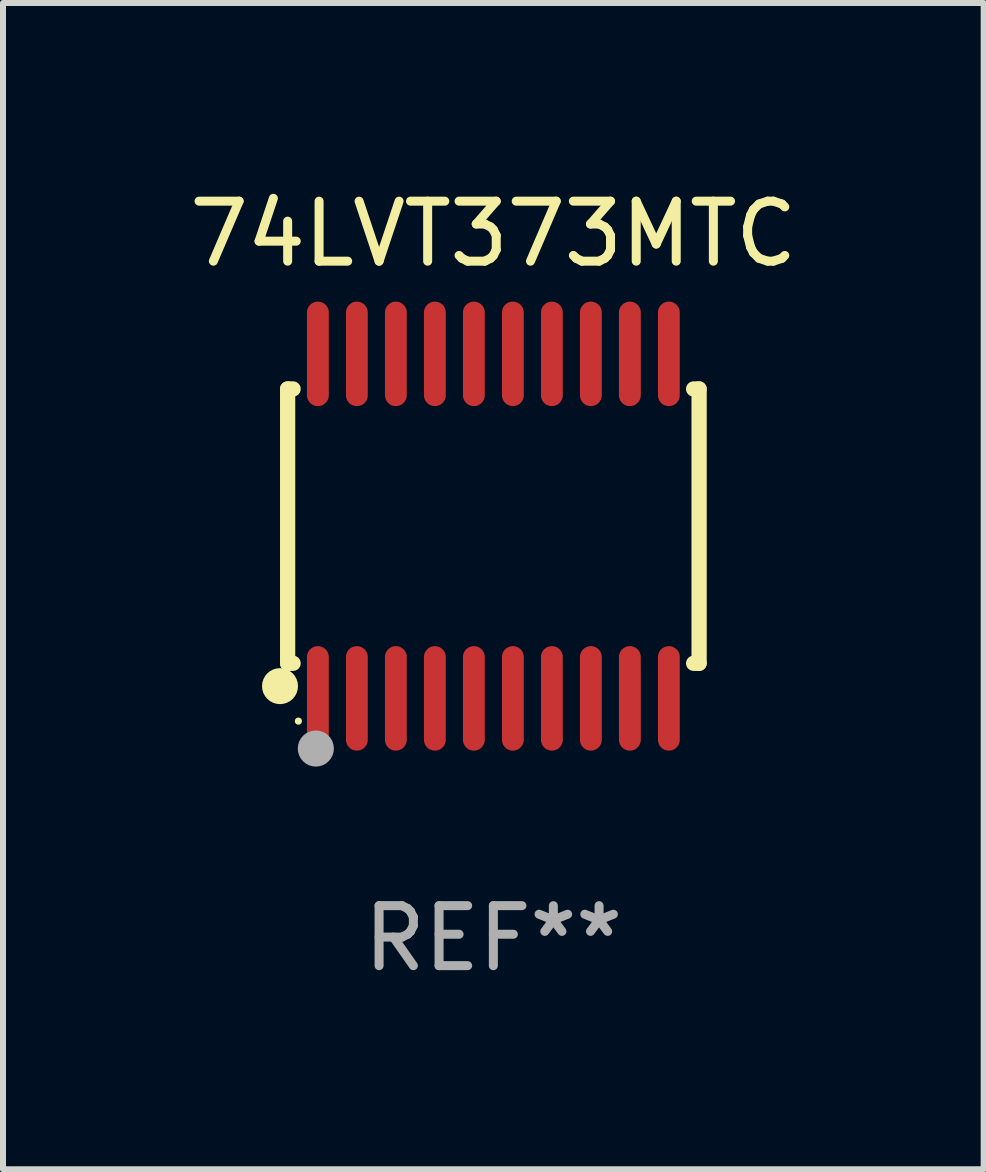
<source format=kicad_pcb>
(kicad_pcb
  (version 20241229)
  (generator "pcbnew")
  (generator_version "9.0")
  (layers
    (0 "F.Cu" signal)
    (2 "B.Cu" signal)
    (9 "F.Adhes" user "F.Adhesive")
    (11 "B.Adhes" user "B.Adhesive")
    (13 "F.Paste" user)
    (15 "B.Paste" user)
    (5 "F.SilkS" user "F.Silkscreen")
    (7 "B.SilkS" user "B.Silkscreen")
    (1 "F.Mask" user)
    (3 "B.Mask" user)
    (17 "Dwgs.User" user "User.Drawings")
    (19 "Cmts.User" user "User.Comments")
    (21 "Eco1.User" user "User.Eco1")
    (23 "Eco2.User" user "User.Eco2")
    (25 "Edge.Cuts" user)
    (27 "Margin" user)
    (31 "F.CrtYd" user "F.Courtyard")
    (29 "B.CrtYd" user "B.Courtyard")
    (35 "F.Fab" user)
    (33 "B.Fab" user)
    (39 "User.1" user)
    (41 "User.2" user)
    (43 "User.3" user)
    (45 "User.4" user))
  (footprint "74LVT373MTC"
    (layer "F.Cu")
    (at 5.173 5.719)
    (property "Reference" "74LVT373MTC" (at 0 -4.871 0) (layer "F.SilkS") (effects (font (size 1 1) (thickness 0.15))))
    (attr through_hole)
    (fp_line (start -3.429 -2.286) (end -3.429 2.286) (stroke (width 0.254) (type solid)) (layer "F.SilkS"))
    (fp_line (start -3.429 2.286) (end -3.338 2.286) (stroke (width 0.254) (type solid)) (layer "F.SilkS"))
    (fp_line (start -3.338 -2.286) (end -3.429 -2.286) (stroke (width 0.254) (type solid)) (layer "F.SilkS"))
    (fp_line (start 3.338 -2.286) (end 3.429 -2.286) (stroke (width 0.254) (type solid)) (layer "F.SilkS"))
    (fp_line (start 3.429 -2.286) (end 3.429 2.286) (stroke (width 0.254) (type solid)) (layer "F.SilkS"))
    (fp_line (start 3.429 2.286) (end 3.338 2.286) (stroke (width 0.254) (type solid)) (layer "F.SilkS"))
    (fp_circle (center -3.556 2.667) (end -3.406 2.667) (stroke (width 0.3) (type solid)) (fill no) (layer "F.SilkS"))
    (fp_circle (center -3.25 3.25) (end -3.22 3.25) (stroke (width 0.06) (type solid)) (fill no) (layer "F.SilkS"))
    (fp_circle (center -2.959 3.707) (end -2.808 3.707) (stroke (width 0.3) (type solid)) (fill no) (layer "F.Fab"))
    (fp_text user "REF**" (at 0 6.871 0) (layer "F.Fab") (effects (font (size 1 1) (thickness 0.15))))
    (pad "1" smd oval (at -2.925 2.871) (size 0.364 1.742) (layers "F.Cu" "F.Mask" "F.Paste"))
    (pad "2" smd oval (at -2.275 2.871) (size 0.364 1.742) (layers "F.Cu" "F.Mask" "F.Paste"))
    (pad "3" smd oval (at -1.625 2.871) (size 0.364 1.742) (layers "F.Cu" "F.Mask" "F.Paste"))
    (pad "4" smd oval (at -0.975 2.871) (size 0.364 1.742) (layers "F.Cu" "F.Mask" "F.Paste"))
    (pad "5" smd oval (at -0.325 2.871) (size 0.364 1.742) (layers "F.Cu" "F.Mask" "F.Paste"))
    (pad "6" smd oval (at 0.325 2.871) (size 0.364 1.742) (layers "F.Cu" "F.Mask" "F.Paste"))
    (pad "7" smd oval (at 0.975 2.871) (size 0.364 1.742) (layers "F.Cu" "F.Mask" "F.Paste"))
    (pad "8" smd oval (at 1.625 2.871) (size 0.364 1.742) (layers "F.Cu" "F.Mask" "F.Paste"))
    (pad "9" smd oval (at 2.275 2.871) (size 0.364 1.742) (layers "F.Cu" "F.Mask" "F.Paste"))
    (pad "10" smd oval (at 2.925 2.871) (size 0.364 1.742) (layers "F.Cu" "F.Mask" "F.Paste"))
    (pad "11" smd oval (at 2.925 -2.871) (size 0.364 1.742) (layers "F.Cu" "F.Mask" "F.Paste"))
    (pad "12" smd oval (at 2.275 -2.871) (size 0.364 1.742) (layers "F.Cu" "F.Mask" "F.Paste"))
    (pad "13" smd oval (at 1.625 -2.871) (size 0.364 1.742) (layers "F.Cu" "F.Mask" "F.Paste"))
    (pad "14" smd oval (at 0.975 -2.871) (size 0.364 1.742) (layers "F.Cu" "F.Mask" "F.Paste"))
    (pad "15" smd oval (at 0.325 -2.871) (size 0.364 1.742) (layers "F.Cu" "F.Mask" "F.Paste"))
    (pad "16" smd oval (at -0.325 -2.871) (size 0.364 1.742) (layers "F.Cu" "F.Mask" "F.Paste"))
    (pad "17" smd oval (at -0.975 -2.871) (size 0.364 1.742) (layers "F.Cu" "F.Mask" "F.Paste"))
    (pad "18" smd oval (at -1.625 -2.871) (size 0.364 1.742) (layers "F.Cu" "F.Mask" "F.Paste"))
    (pad "19" smd oval (at -2.275 -2.871) (size 0.364 1.742) (layers "F.Cu" "F.Mask" "F.Paste"))
    (pad "20" smd oval (at -2.925 -2.871) (size 0.364 1.742) (layers "F.Cu" "F.Mask" "F.Paste")))
  (gr_rect
    (start -3 -3)
    (end 13.345 16.438)
    (stroke (width 0.1) (type default))
    (fill no)
    (layer "Edge.Cuts")))
</source>
